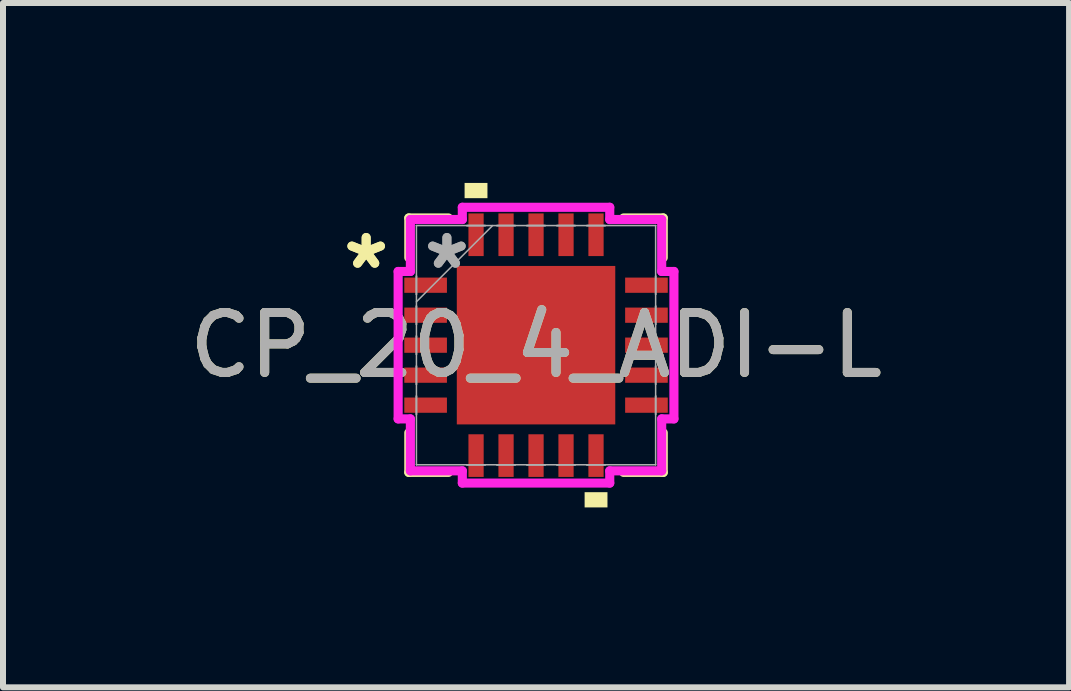
<source format=kicad_pcb>
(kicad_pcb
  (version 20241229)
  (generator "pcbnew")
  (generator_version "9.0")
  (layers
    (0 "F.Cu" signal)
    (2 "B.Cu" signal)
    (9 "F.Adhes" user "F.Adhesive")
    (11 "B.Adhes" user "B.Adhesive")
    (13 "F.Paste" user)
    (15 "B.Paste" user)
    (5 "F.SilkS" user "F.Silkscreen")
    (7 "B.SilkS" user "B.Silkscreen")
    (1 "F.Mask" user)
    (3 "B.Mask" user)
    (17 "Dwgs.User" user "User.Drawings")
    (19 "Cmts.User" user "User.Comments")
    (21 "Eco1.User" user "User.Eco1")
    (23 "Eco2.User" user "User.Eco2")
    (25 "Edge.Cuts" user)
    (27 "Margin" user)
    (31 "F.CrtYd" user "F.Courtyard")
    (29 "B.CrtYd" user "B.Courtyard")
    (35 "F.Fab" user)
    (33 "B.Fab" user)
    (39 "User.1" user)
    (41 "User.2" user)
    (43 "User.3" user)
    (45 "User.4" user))
  (footprint "CP_20_4_ADI-L"
    (layer "F.Cu")
    (at 5.887 2.705)
    (property "Reference" "CP_20_4_ADI-L" (at 0 0 0) (unlocked yes) (layer "F.SilkS") (effects (font (size 1 1) (thickness 0.15))))
    (attr smd)
    (fp_line (start -2.121 -2.121) (end -2.121 -1.46) (stroke (width 0.152) (type solid)) (layer "F.SilkS"))
    (fp_line (start -2.121 1.46) (end -2.121 2.121) (stroke (width 0.152) (type solid)) (layer "F.SilkS"))
    (fp_line (start -2.121 2.121) (end -1.46 2.121) (stroke (width 0.152) (type solid)) (layer "F.SilkS"))
    (fp_line (start -1.46 -2.121) (end -2.121 -2.121) (stroke (width 0.152) (type solid)) (layer "F.SilkS"))
    (fp_line (start 1.46 2.121) (end 2.121 2.121) (stroke (width 0.152) (type solid)) (layer "F.SilkS"))
    (fp_line (start 2.121 -2.121) (end 1.46 -2.121) (stroke (width 0.152) (type solid)) (layer "F.SilkS"))
    (fp_line (start 2.121 -1.46) (end 2.121 -2.121) (stroke (width 0.152) (type solid)) (layer "F.SilkS"))
    (fp_line (start 2.121 2.121) (end 2.121 1.46) (stroke (width 0.152) (type solid)) (layer "F.SilkS"))
    (fp_poly (pts (xy -1.191 -2.451) (xy -1.191 -2.705) (xy -0.81 -2.705) (xy -0.81 -2.451)) (stroke (width 0) (type solid)) (fill yes) (layer "F.SilkS"))
    (fp_poly (pts (xy 0.81 2.451) (xy 0.81 2.705) (xy 1.191 2.705) (xy 1.191 2.451)) (stroke (width 0) (type solid)) (fill yes) (layer "F.SilkS"))
    (fp_poly (pts (xy -1.221 -1.221) (xy -1.221 -0.1) (xy -0.1 -0.1) (xy -0.1 -1.221)) (stroke (width 0) (type solid)) (fill yes) (layer "F.Paste"))
    (fp_poly (pts (xy -1.221 0.1) (xy -1.221 1.221) (xy -0.1 1.221) (xy -0.1 0.1)) (stroke (width 0) (type solid)) (fill yes) (layer "F.Paste"))
    (fp_poly (pts (xy 0.1 -1.221) (xy 0.1 -0.1) (xy 1.221 -0.1) (xy 1.221 -1.221)) (stroke (width 0) (type solid)) (fill yes) (layer "F.Paste"))
    (fp_poly (pts (xy 0.1 0.1) (xy 0.1 1.221) (xy 1.221 1.221) (xy 1.221 0.1)) (stroke (width 0) (type solid)) (fill yes) (layer "F.Paste"))
    (fp_line (start -2.299 -1.229) (end -2.095 -1.229) (stroke (width 0.152) (type solid)) (layer "F.CrtYd"))
    (fp_line (start -2.299 1.229) (end -2.299 -1.229) (stroke (width 0.152) (type solid)) (layer "F.CrtYd"))
    (fp_line (start -2.095 -2.095) (end -1.229 -2.095) (stroke (width 0.152) (type solid)) (layer "F.CrtYd"))
    (fp_line (start -2.095 -1.229) (end -2.095 -2.095) (stroke (width 0.152) (type solid)) (layer "F.CrtYd"))
    (fp_line (start -2.095 1.229) (end -2.299 1.229) (stroke (width 0.152) (type solid)) (layer "F.CrtYd"))
    (fp_line (start -2.095 2.095) (end -2.095 1.229) (stroke (width 0.152) (type solid)) (layer "F.CrtYd"))
    (fp_line (start -1.229 -2.299) (end 1.229 -2.299) (stroke (width 0.152) (type solid)) (layer "F.CrtYd"))
    (fp_line (start -1.229 -2.095) (end -1.229 -2.299) (stroke (width 0.152) (type solid)) (layer "F.CrtYd"))
    (fp_line (start -1.229 2.095) (end -2.095 2.095) (stroke (width 0.152) (type solid)) (layer "F.CrtYd"))
    (fp_line (start -1.229 2.299) (end -1.229 2.095) (stroke (width 0.152) (type solid)) (layer "F.CrtYd"))
    (fp_line (start 1.229 -2.299) (end 1.229 -2.095) (stroke (width 0.152) (type solid)) (layer "F.CrtYd"))
    (fp_line (start 1.229 -2.095) (end 2.095 -2.095) (stroke (width 0.152) (type solid)) (layer "F.CrtYd"))
    (fp_line (start 1.229 2.095) (end 1.229 2.299) (stroke (width 0.152) (type solid)) (layer "F.CrtYd"))
    (fp_line (start 1.229 2.299) (end -1.229 2.299) (stroke (width 0.152) (type solid)) (layer "F.CrtYd"))
    (fp_line (start 2.095 -2.095) (end 2.095 -1.229) (stroke (width 0.152) (type solid)) (layer "F.CrtYd"))
    (fp_line (start 2.095 -1.229) (end 2.299 -1.229) (stroke (width 0.152) (type solid)) (layer "F.CrtYd"))
    (fp_line (start 2.095 1.229) (end 2.095 2.095) (stroke (width 0.152) (type solid)) (layer "F.CrtYd"))
    (fp_line (start 2.095 2.095) (end 1.229 2.095) (stroke (width 0.152) (type solid)) (layer "F.CrtYd"))
    (fp_line (start 2.299 -1.229) (end 2.299 1.229) (stroke (width 0.152) (type solid)) (layer "F.CrtYd"))
    (fp_line (start 2.299 1.229) (end 2.095 1.229) (stroke (width 0.152) (type solid)) (layer "F.CrtYd"))
    (fp_line (start -1.994 -1.994) (end -1.994 -1.994) (stroke (width 0.025) (type solid)) (layer "F.Fab"))
    (fp_line (start -1.994 -1.994) (end -1.994 1.994) (stroke (width 0.025) (type solid)) (layer "F.Fab"))
    (fp_line (start -1.994 -1.152) (end -1.994 -1.152) (stroke (width 0.025) (type solid)) (layer "F.Fab"))
    (fp_line (start -1.994 -1.152) (end -1.994 -0.848) (stroke (width 0.025) (type solid)) (layer "F.Fab"))
    (fp_line (start -1.994 -0.848) (end -1.994 -1.152) (stroke (width 0.025) (type solid)) (layer "F.Fab"))
    (fp_line (start -1.994 -0.848) (end -1.994 -0.848) (stroke (width 0.025) (type solid)) (layer "F.Fab"))
    (fp_line (start -1.994 -0.724) (end -0.724 -1.994) (stroke (width 0.025) (type solid)) (layer "F.Fab"))
    (fp_line (start -1.994 -0.652) (end -1.994 -0.652) (stroke (width 0.025) (type solid)) (layer "F.Fab"))
    (fp_line (start -1.994 -0.652) (end -1.994 -0.348) (stroke (width 0.025) (type solid)) (layer "F.Fab"))
    (fp_line (start -1.994 -0.348) (end -1.994 -0.652) (stroke (width 0.025) (type solid)) (layer "F.Fab"))
    (fp_line (start -1.994 -0.348) (end -1.994 -0.348) (stroke (width 0.025) (type solid)) (layer "F.Fab"))
    (fp_line (start -1.994 -0.152) (end -1.994 -0.152) (stroke (width 0.025) (type solid)) (layer "F.Fab"))
    (fp_line (start -1.994 -0.152) (end -1.994 0.152) (stroke (width 0.025) (type solid)) (layer "F.Fab"))
    (fp_line (start -1.994 0.152) (end -1.994 -0.152) (stroke (width 0.025) (type solid)) (layer "F.Fab"))
    (fp_line (start -1.994 0.152) (end -1.994 0.152) (stroke (width 0.025) (type solid)) (layer "F.Fab"))
    (fp_line (start -1.994 0.348) (end -1.994 0.348) (stroke (width 0.025) (type solid)) (layer "F.Fab"))
    (fp_line (start -1.994 0.348) (end -1.994 0.652) (stroke (width 0.025) (type solid)) (layer "F.Fab"))
    (fp_line (start -1.994 0.652) (end -1.994 0.348) (stroke (width 0.025) (type solid)) (layer "F.Fab"))
    (fp_line (start -1.994 0.652) (end -1.994 0.652) (stroke (width 0.025) (type solid)) (layer "F.Fab"))
    (fp_line (start -1.994 0.848) (end -1.994 0.848) (stroke (width 0.025) (type solid)) (layer "F.Fab"))
    (fp_line (start -1.994 0.848) (end -1.994 1.152) (stroke (width 0.025) (type solid)) (layer "F.Fab"))
    (fp_line (start -1.994 1.152) (end -1.994 0.848) (stroke (width 0.025) (type solid)) (layer "F.Fab"))
    (fp_line (start -1.994 1.152) (end -1.994 1.152) (stroke (width 0.025) (type solid)) (layer "F.Fab"))
    (fp_line (start -1.994 1.994) (end -1.994 1.994) (stroke (width 0.025) (type solid)) (layer "F.Fab"))
    (fp_line (start -1.994 1.994) (end 1.994 1.994) (stroke (width 0.025) (type solid)) (layer "F.Fab"))
    (fp_line (start -1.152 -1.994) (end -1.152 -1.994) (stroke (width 0.025) (type solid)) (layer "F.Fab"))
    (fp_line (start -1.152 -1.994) (end -0.848 -1.994) (stroke (width 0.025) (type solid)) (layer "F.Fab"))
    (fp_line (start -1.152 1.994) (end -1.152 1.994) (stroke (width 0.025) (type solid)) (layer "F.Fab"))
    (fp_line (start -1.152 1.994) (end -0.848 1.994) (stroke (width 0.025) (type solid)) (layer "F.Fab"))
    (fp_line (start -0.848 -1.994) (end -1.152 -1.994) (stroke (width 0.025) (type solid)) (layer "F.Fab"))
    (fp_line (start -0.848 -1.994) (end -0.848 -1.994) (stroke (width 0.025) (type solid)) (layer "F.Fab"))
    (fp_line (start -0.848 1.994) (end -1.152 1.994) (stroke (width 0.025) (type solid)) (layer "F.Fab"))
    (fp_line (start -0.848 1.994) (end -0.848 1.994) (stroke (width 0.025) (type solid)) (layer "F.Fab"))
    (fp_line (start -0.652 -1.994) (end -0.652 -1.994) (stroke (width 0.025) (type solid)) (layer "F.Fab"))
    (fp_line (start -0.652 -1.994) (end -0.348 -1.994) (stroke (width 0.025) (type solid)) (layer "F.Fab"))
    (fp_line (start -0.652 1.994) (end -0.652 1.994) (stroke (width 0.025) (type solid)) (layer "F.Fab"))
    (fp_line (start -0.652 1.994) (end -0.348 1.994) (stroke (width 0.025) (type solid)) (layer "F.Fab"))
    (fp_line (start -0.348 -1.994) (end -0.652 -1.994) (stroke (width 0.025) (type solid)) (layer "F.Fab"))
    (fp_line (start -0.348 -1.994) (end -0.348 -1.994) (stroke (width 0.025) (type solid)) (layer "F.Fab"))
    (fp_line (start -0.348 1.994) (end -0.652 1.994) (stroke (width 0.025) (type solid)) (layer "F.Fab"))
    (fp_line (start -0.348 1.994) (end -0.348 1.994) (stroke (width 0.025) (type solid)) (layer "F.Fab"))
    (fp_line (start -0.152 -1.994) (end -0.152 -1.994) (stroke (width 0.025) (type solid)) (layer "F.Fab"))
    (fp_line (start -0.152 -1.994) (end 0.152 -1.994) (stroke (width 0.025) (type solid)) (layer "F.Fab"))
    (fp_line (start -0.152 1.994) (end -0.152 1.994) (stroke (width 0.025) (type solid)) (layer "F.Fab"))
    (fp_line (start -0.152 1.994) (end 0.152 1.994) (stroke (width 0.025) (type solid)) (layer "F.Fab"))
    (fp_line (start 0.152 -1.994) (end -0.152 -1.994) (stroke (width 0.025) (type solid)) (layer "F.Fab"))
    (fp_line (start 0.152 -1.994) (end 0.152 -1.994) (stroke (width 0.025) (type solid)) (layer "F.Fab"))
    (fp_line (start 0.152 1.994) (end -0.152 1.994) (stroke (width 0.025) (type solid)) (layer "F.Fab"))
    (fp_line (start 0.152 1.994) (end 0.152 1.994) (stroke (width 0.025) (type solid)) (layer "F.Fab"))
    (fp_line (start 0.348 -1.994) (end 0.348 -1.994) (stroke (width 0.025) (type solid)) (layer "F.Fab"))
    (fp_line (start 0.348 -1.994) (end 0.652 -1.994) (stroke (width 0.025) (type solid)) (layer "F.Fab"))
    (fp_line (start 0.348 1.994) (end 0.348 1.994) (stroke (width 0.025) (type solid)) (layer "F.Fab"))
    (fp_line (start 0.348 1.994) (end 0.652 1.994) (stroke (width 0.025) (type solid)) (layer "F.Fab"))
    (fp_line (start 0.652 -1.994) (end 0.348 -1.994) (stroke (width 0.025) (type solid)) (layer "F.Fab"))
    (fp_line (start 0.652 -1.994) (end 0.652 -1.994) (stroke (width 0.025) (type solid)) (layer "F.Fab"))
    (fp_line (start 0.652 1.994) (end 0.348 1.994) (stroke (width 0.025) (type solid)) (layer "F.Fab"))
    (fp_line (start 0.652 1.994) (end 0.652 1.994) (stroke (width 0.025) (type solid)) (layer "F.Fab"))
    (fp_line (start 0.848 -1.994) (end 0.848 -1.994) (stroke (width 0.025) (type solid)) (layer "F.Fab"))
    (fp_line (start 0.848 -1.994) (end 1.152 -1.994) (stroke (width 0.025) (type solid)) (layer "F.Fab"))
    (fp_line (start 0.848 1.994) (end 0.848 1.994) (stroke (width 0.025) (type solid)) (layer "F.Fab"))
    (fp_line (start 0.848 1.994) (end 1.152 1.994) (stroke (width 0.025) (type solid)) (layer "F.Fab"))
    (fp_line (start 1.152 -1.994) (end 0.848 -1.994) (stroke (width 0.025) (type solid)) (layer "F.Fab"))
    (fp_line (start 1.152 -1.994) (end 1.152 -1.994) (stroke (width 0.025) (type solid)) (layer "F.Fab"))
    (fp_line (start 1.152 1.994) (end 0.848 1.994) (stroke (width 0.025) (type solid)) (layer "F.Fab"))
    (fp_line (start 1.152 1.994) (end 1.152 1.994) (stroke (width 0.025) (type solid)) (layer "F.Fab"))
    (fp_line (start 1.994 -1.994) (end -1.994 -1.994) (stroke (width 0.025) (type solid)) (layer "F.Fab"))
    (fp_line (start 1.994 -1.994) (end 1.994 -1.994) (stroke (width 0.025) (type solid)) (layer "F.Fab"))
    (fp_line (start 1.994 -1.152) (end 1.994 -1.152) (stroke (width 0.025) (type solid)) (layer "F.Fab"))
    (fp_line (start 1.994 -1.152) (end 1.994 -0.848) (stroke (width 0.025) (type solid)) (layer "F.Fab"))
    (fp_line (start 1.994 -0.848) (end 1.994 -1.152) (stroke (width 0.025) (type solid)) (layer "F.Fab"))
    (fp_line (start 1.994 -0.848) (end 1.994 -0.848) (stroke (width 0.025) (type solid)) (layer "F.Fab"))
    (fp_line (start 1.994 -0.652) (end 1.994 -0.652) (stroke (width 0.025) (type solid)) (layer "F.Fab"))
    (fp_line (start 1.994 -0.652) (end 1.994 -0.348) (stroke (width 0.025) (type solid)) (layer "F.Fab"))
    (fp_line (start 1.994 -0.348) (end 1.994 -0.652) (stroke (width 0.025) (type solid)) (layer "F.Fab"))
    (fp_line (start 1.994 -0.348) (end 1.994 -0.348) (stroke (width 0.025) (type solid)) (layer "F.Fab"))
    (fp_line (start 1.994 -0.152) (end 1.994 -0.152) (stroke (width 0.025) (type solid)) (layer "F.Fab"))
    (fp_line (start 1.994 -0.152) (end 1.994 0.152) (stroke (width 0.025) (type solid)) (layer "F.Fab"))
    (fp_line (start 1.994 0.152) (end 1.994 -0.152) (stroke (width 0.025) (type solid)) (layer "F.Fab"))
    (fp_line (start 1.994 0.152) (end 1.994 0.152) (stroke (width 0.025) (type solid)) (layer "F.Fab"))
    (fp_line (start 1.994 0.348) (end 1.994 0.348) (stroke (width 0.025) (type solid)) (layer "F.Fab"))
    (fp_line (start 1.994 0.348) (end 1.994 0.652) (stroke (width 0.025) (type solid)) (layer "F.Fab"))
    (fp_line (start 1.994 0.652) (end 1.994 0.348) (stroke (width 0.025) (type solid)) (layer "F.Fab"))
    (fp_line (start 1.994 0.652) (end 1.994 0.652) (stroke (width 0.025) (type solid)) (layer "F.Fab"))
    (fp_line (start 1.994 0.848) (end 1.994 0.848) (stroke (width 0.025) (type solid)) (layer "F.Fab"))
    (fp_line (start 1.994 0.848) (end 1.994 1.152) (stroke (width 0.025) (type solid)) (layer "F.Fab"))
    (fp_line (start 1.994 1.152) (end 1.994 0.848) (stroke (width 0.025) (type solid)) (layer "F.Fab"))
    (fp_line (start 1.994 1.152) (end 1.994 1.152) (stroke (width 0.025) (type solid)) (layer "F.Fab"))
    (fp_line (start 1.994 1.994) (end 1.994 -1.994) (stroke (width 0.025) (type solid)) (layer "F.Fab"))
    (fp_line (start 1.994 1.994) (end 1.994 1.994) (stroke (width 0.025) (type solid)) (layer "F.Fab"))
    (fp_text user "*" (at -2.832 -1.25 0) (layer "F.SilkS") (effects (font (size 1 1) (thickness 0.15))))
    (fp_text user "*" (at -2.832 -1.25 0) (unlocked yes) (layer "F.SilkS") (effects (font (size 1 1) (thickness 0.15))))
    (fp_text user "*" (at -1.486 -1.25 0) (layer "F.Fab") (effects (font (size 1 1) (thickness 0.15))))
    (fp_text user "*" (at -1.486 -1.25 0) (unlocked yes) (layer "F.Fab") (effects (font (size 1 1) (thickness 0.15))))
    (fp_text user "${REFERENCE}" (at 0 0 0) (unlocked yes) (layer "F.Fab") (effects (font (size 1 1) (thickness 0.15))))
    (pad "1" smd rect (at -1.841 -1 90) (size 0.254 0.711) (layers "F.Cu" "F.Mask" "F.Paste"))
    (pad "2" smd rect (at -1.841 -0.5 90) (size 0.254 0.711) (layers "F.Cu" "F.Mask" "F.Paste"))
    (pad "3" smd rect (at -1.841 0 90) (size 0.254 0.711) (layers "F.Cu" "F.Mask" "F.Paste"))
    (pad "4" smd rect (at -1.841 0.5 90) (size 0.254 0.711) (layers "F.Cu" "F.Mask" "F.Paste"))
    (pad "5" smd rect (at -1.841 1 90) (size 0.254 0.711) (layers "F.Cu" "F.Mask" "F.Paste"))
    (pad "6" smd rect (at -1 1.841) (size 0.254 0.711) (layers "F.Cu" "F.Mask" "F.Paste"))
    (pad "7" smd rect (at -0.5 1.841) (size 0.254 0.711) (layers "F.Cu" "F.Mask" "F.Paste"))
    (pad "8" smd rect (at 0 1.841) (size 0.254 0.711) (layers "F.Cu" "F.Mask" "F.Paste"))
    (pad "9" smd rect (at 0.5 1.841) (size 0.254 0.711) (layers "F.Cu" "F.Mask" "F.Paste"))
    (pad "10" smd rect (at 1 1.841) (size 0.254 0.711) (layers "F.Cu" "F.Mask" "F.Paste"))
    (pad "11" smd rect (at 1.841 1 90) (size 0.254 0.711) (layers "F.Cu" "F.Mask" "F.Paste"))
    (pad "12" smd rect (at 1.841 0.5 90) (size 0.254 0.711) (layers "F.Cu" "F.Mask" "F.Paste"))
    (pad "13" smd rect (at 1.841 0 90) (size 0.254 0.711) (layers "F.Cu" "F.Mask" "F.Paste"))
    (pad "14" smd rect (at 1.841 -0.5 90) (size 0.254 0.711) (layers "F.Cu" "F.Mask" "F.Paste"))
    (pad "15" smd rect (at 1.841 -1 90) (size 0.254 0.711) (layers "F.Cu" "F.Mask" "F.Paste"))
    (pad "16" smd rect (at 1 -1.841) (size 0.254 0.711) (layers "F.Cu" "F.Mask" "F.Paste"))
    (pad "17" smd rect (at 0.5 -1.841) (size 0.254 0.711) (layers "F.Cu" "F.Mask" "F.Paste"))
    (pad "18" smd rect (at 0 -1.841) (size 0.254 0.711) (layers "F.Cu" "F.Mask" "F.Paste"))
    (pad "19" smd rect (at -0.5 -1.841) (size 0.254 0.711) (layers "F.Cu" "F.Mask" "F.Paste"))
    (pad "20" smd rect (at -1 -1.841) (size 0.254 0.711) (layers "F.Cu" "F.Mask" "F.Paste"))
    (pad "21" smd rect (at 0 0) (size 2.642 2.642) (layers "F.Cu" "F.Mask")))
  (gr_rect
    (start -3 -3)
    (end 14.774 8.41)
    (stroke (width 0.1) (type default))
    (fill no)
    (layer "Edge.Cuts")))
</source>
